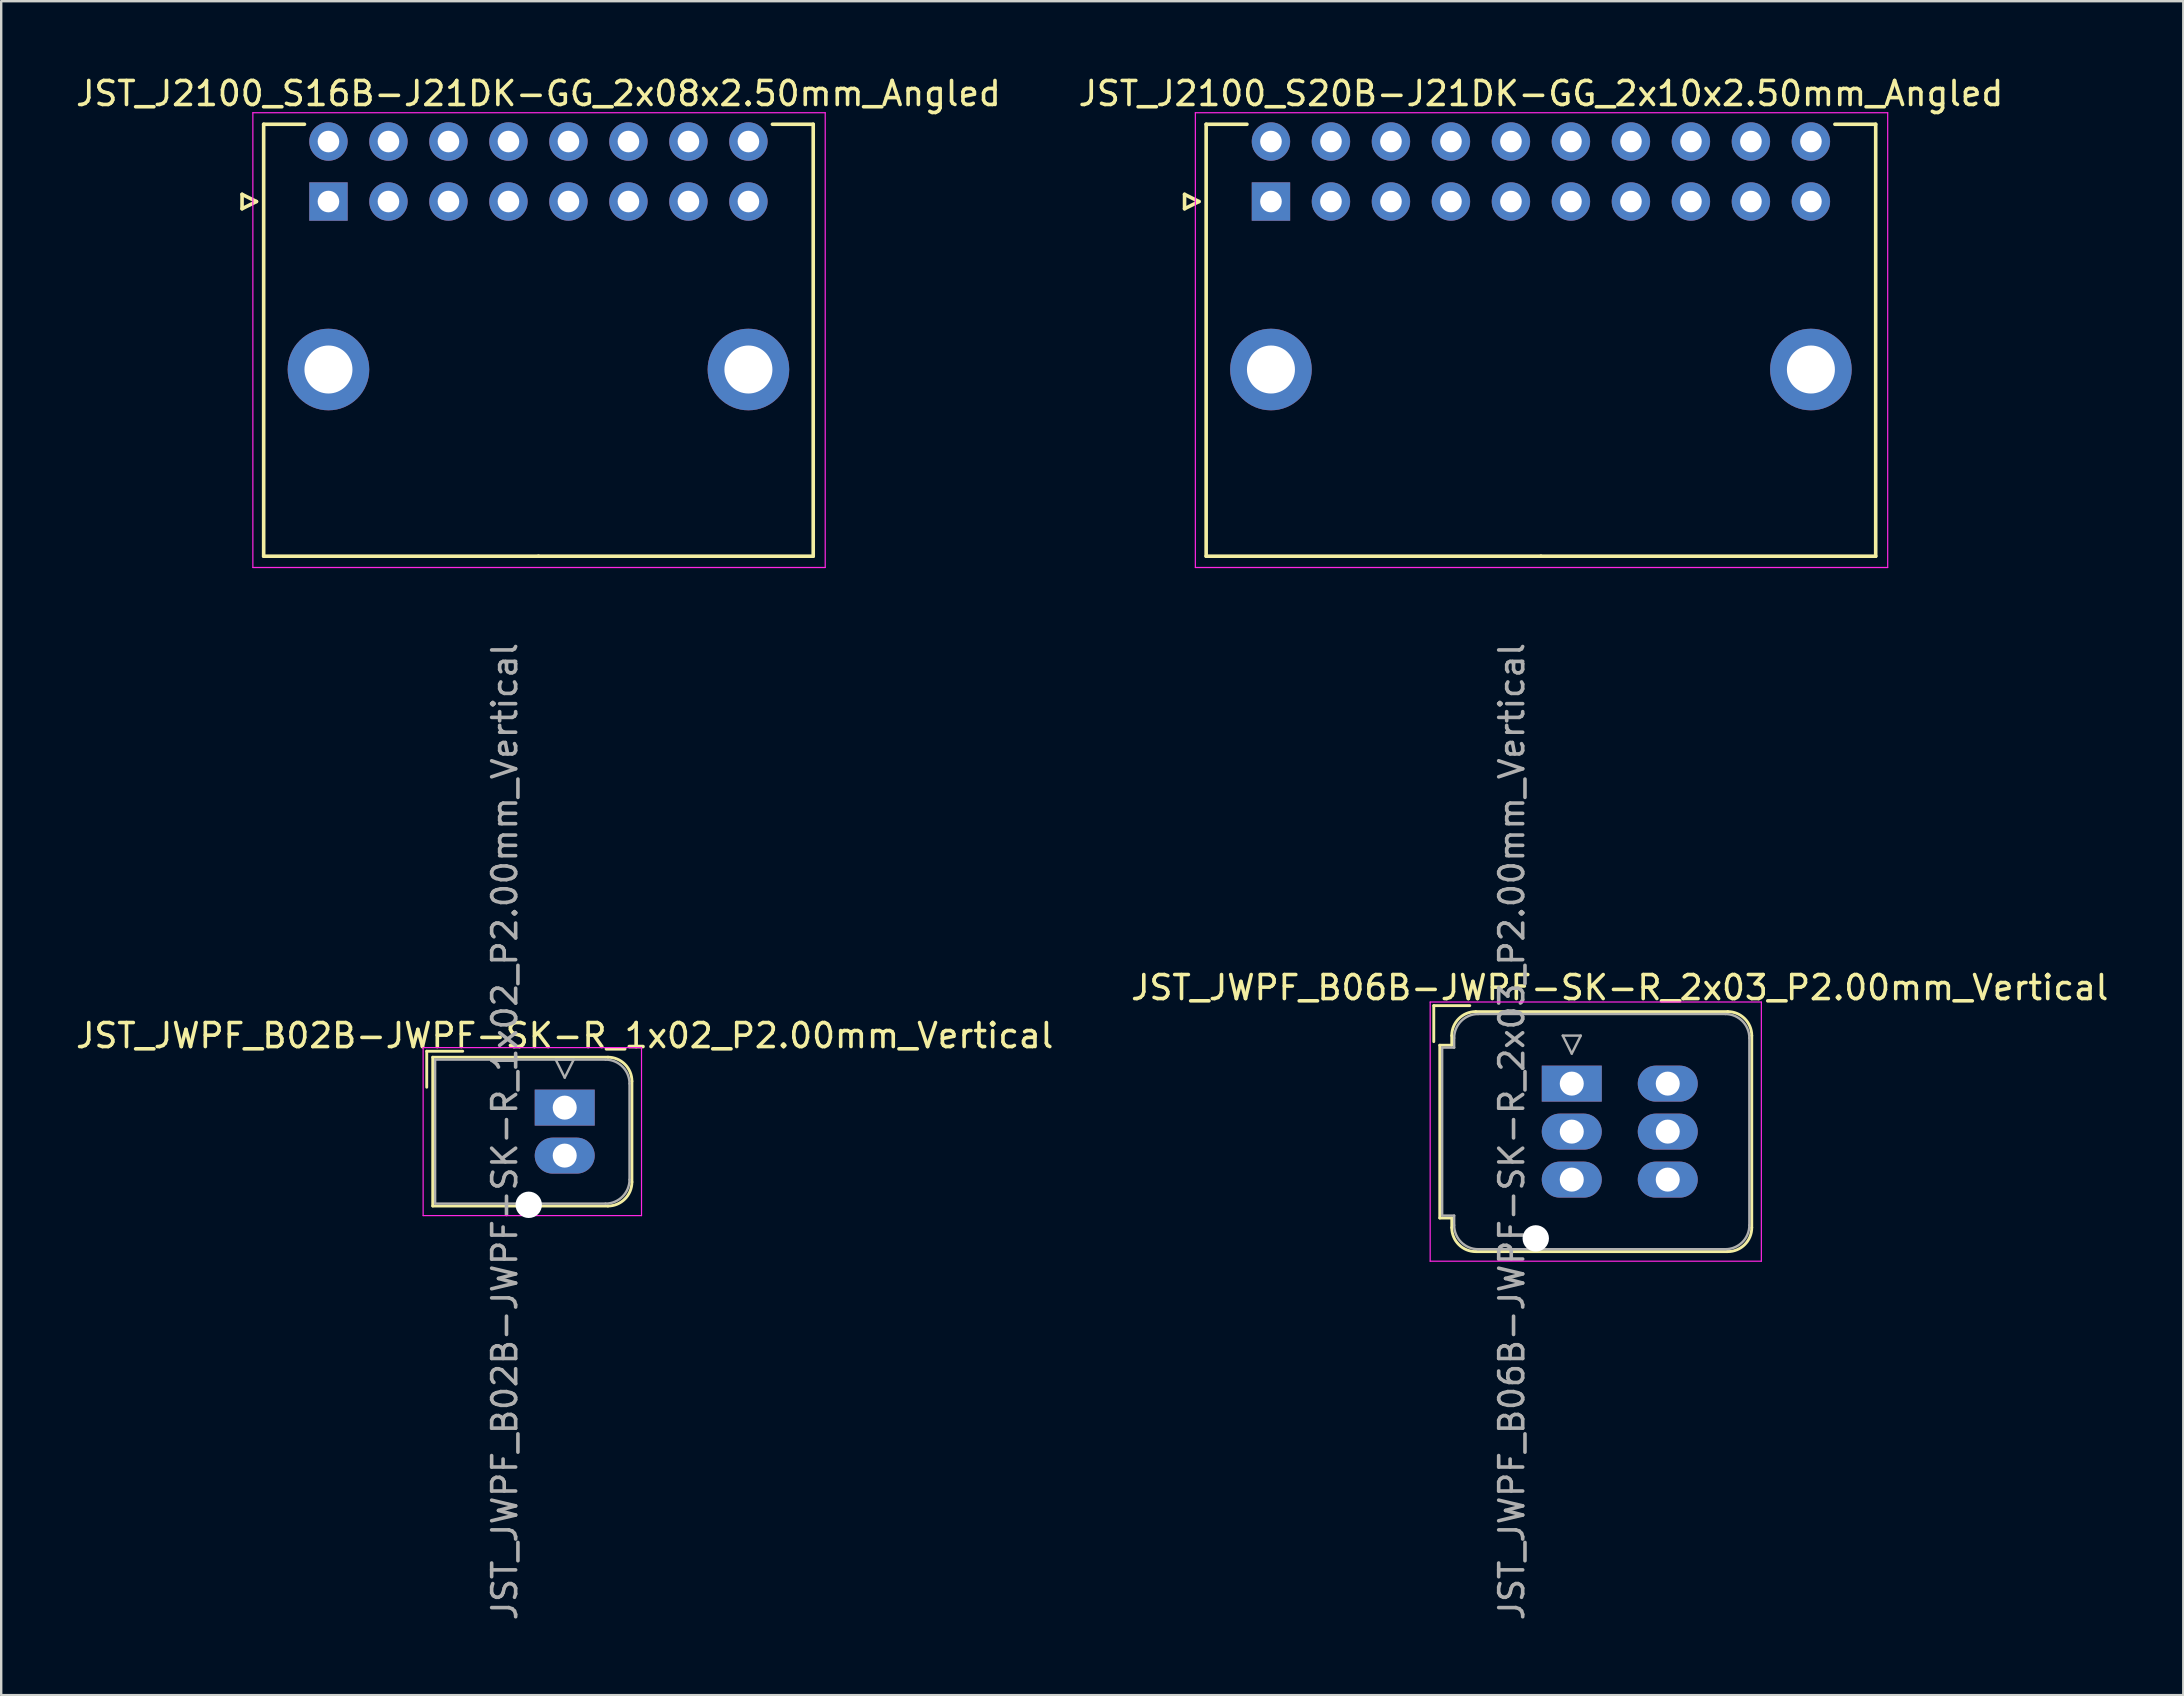
<source format=kicad_pcb>
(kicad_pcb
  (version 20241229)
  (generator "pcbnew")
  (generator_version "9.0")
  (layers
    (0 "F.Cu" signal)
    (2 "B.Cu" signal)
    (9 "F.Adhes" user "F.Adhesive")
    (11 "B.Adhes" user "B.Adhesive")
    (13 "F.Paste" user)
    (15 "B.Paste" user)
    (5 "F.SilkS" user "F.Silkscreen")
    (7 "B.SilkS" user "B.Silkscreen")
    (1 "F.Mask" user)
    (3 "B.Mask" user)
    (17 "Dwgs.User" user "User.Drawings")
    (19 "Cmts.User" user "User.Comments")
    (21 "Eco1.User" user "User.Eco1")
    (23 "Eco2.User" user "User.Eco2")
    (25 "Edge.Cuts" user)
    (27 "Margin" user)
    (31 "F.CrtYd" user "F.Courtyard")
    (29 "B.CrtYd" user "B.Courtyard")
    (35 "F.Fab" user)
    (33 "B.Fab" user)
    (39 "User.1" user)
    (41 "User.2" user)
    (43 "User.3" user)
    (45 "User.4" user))
  (footprint "JST_J2100_S20B-J21DK-GG_2x10x2.50mm_Angled"
    (layer "F.Cu")
    (at 49.911 5.348)
    (property "Reference" "JST_J2100_S20B-J21DK-GG_2x10x2.50mm_Angled" (at 11.25 -4.5 0) (layer "F.SilkS") (effects (font (size 1 1) (thickness 0.15))))
    (attr through_hole)
    (fp_line (start -3.6 -0.3) (end -3 0) (stroke (width 0.15) (type solid)) (layer "F.SilkS"))
    (fp_line (start -3.6 0.3) (end -3.6 -0.3) (stroke (width 0.15) (type solid)) (layer "F.SilkS"))
    (fp_line (start -3 0) (end -3.6 0.3) (stroke (width 0.15) (type solid)) (layer "F.SilkS"))
    (fp_line (start -2.7 -3.22) (end -2.7 14.78) (stroke (width 0.15) (type solid)) (layer "F.SilkS"))
    (fp_line (start -2.7 14.78) (end 11.25 14.78) (stroke (width 0.15) (type solid)) (layer "F.SilkS"))
    (fp_line (start -1 -3.22) (end -2.7 -3.22) (stroke (width 0.15) (type solid)) (layer "F.SilkS"))
    (fp_line (start 23.5 -3.22) (end 25.2 -3.22) (stroke (width 0.15) (type solid)) (layer "F.SilkS"))
    (fp_line (start 25.2 -3.22) (end 25.2 14.78) (stroke (width 0.15) (type solid)) (layer "F.SilkS"))
    (fp_line (start 25.2 14.78) (end 11.25 14.78) (stroke (width 0.15) (type solid)) (layer "F.SilkS"))
    (fp_line (start -3.15 -3.7) (end -3.15 15.25) (stroke (width 0.05) (type solid)) (layer "F.CrtYd"))
    (fp_line (start -3.15 15.25) (end 25.7 15.25) (stroke (width 0.05) (type solid)) (layer "F.CrtYd"))
    (fp_line (start 25.7 -3.7) (end -3.15 -3.7) (stroke (width 0.05) (type solid)) (layer "F.CrtYd"))
    (fp_line (start 25.7 15.25) (end 25.7 -3.7) (stroke (width 0.05) (type solid)) (layer "F.CrtYd"))
    (pad "" thru_hole circle (at 0 7) (size 3.4 3.4) (drill 2) (layers "*.Cu"))
    (pad "" thru_hole circle (at 22.5 7) (size 3.4 3.4) (drill 2) (layers "*.Cu"))
    (pad "1" thru_hole rect (at 0 0) (size 1.6 1.6) (drill 0.9) (layers "*.Cu" "*.Mask"))
    (pad "2" thru_hole circle (at 0 -2.5) (size 1.6 1.6) (drill 0.9) (layers "*.Cu" "*.Mask"))
    (pad "3" thru_hole circle (at 2.5 0) (size 1.6 1.6) (drill 0.9) (layers "*.Cu" "*.Mask"))
    (pad "4" thru_hole circle (at 2.5 -2.5) (size 1.6 1.6) (drill 0.9) (layers "*.Cu" "*.Mask"))
    (pad "5" thru_hole circle (at 5 0) (size 1.6 1.6) (drill 0.9) (layers "*.Cu" "*.Mask"))
    (pad "6" thru_hole circle (at 5 -2.5) (size 1.6 1.6) (drill 0.9) (layers "*.Cu" "*.Mask"))
    (pad "7" thru_hole circle (at 7.5 0) (size 1.6 1.6) (drill 0.9) (layers "*.Cu" "*.Mask"))
    (pad "8" thru_hole circle (at 7.5 -2.5) (size 1.6 1.6) (drill 0.9) (layers "*.Cu" "*.Mask"))
    (pad "9" thru_hole circle (at 10 0) (size 1.6 1.6) (drill 0.9) (layers "*.Cu" "*.Mask"))
    (pad "10" thru_hole circle (at 10 -2.5) (size 1.6 1.6) (drill 0.9) (layers "*.Cu" "*.Mask"))
    (pad "11" thru_hole circle (at 12.5 0) (size 1.6 1.6) (drill 0.9) (layers "*.Cu" "*.Mask"))
    (pad "12" thru_hole circle (at 12.5 -2.5) (size 1.6 1.6) (drill 0.9) (layers "*.Cu" "*.Mask"))
    (pad "13" thru_hole circle (at 15 0) (size 1.6 1.6) (drill 0.9) (layers "*.Cu" "*.Mask"))
    (pad "14" thru_hole circle (at 15 -2.5) (size 1.6 1.6) (drill 0.9) (layers "*.Cu" "*.Mask"))
    (pad "15" thru_hole circle (at 17.5 0) (size 1.6 1.6) (drill 0.9) (layers "*.Cu" "*.Mask"))
    (pad "16" thru_hole circle (at 17.5 -2.5) (size 1.6 1.6) (drill 0.9) (layers "*.Cu" "*.Mask"))
    (pad "17" thru_hole circle (at 20 0) (size 1.6 1.6) (drill 0.9) (layers "*.Cu" "*.Mask"))
    (pad "18" thru_hole circle (at 20 -2.5) (size 1.6 1.6) (drill 0.9) (layers "*.Cu" "*.Mask"))
    (pad "19" thru_hole circle (at 22.5 0) (size 1.6 1.6) (drill 0.9) (layers "*.Cu" "*.Mask"))
    (pad "20" thru_hole circle (at 22.5 -2.5) (size 1.6 1.6) (drill 0.9) (layers "*.Cu" "*.Mask")))
  (footprint "JST_J2100_S16B-J21DK-GG_2x08x2.50mm_Angled"
    (layer "F.Cu")
    (at 10.637 5.348)
    (property "Reference" "JST_J2100_S16B-J21DK-GG_2x08x2.50mm_Angled" (at 8.75 -4.5 0) (layer "F.SilkS") (effects (font (size 1 1) (thickness 0.15))))
    (attr through_hole)
    (fp_line (start -3.6 -0.3) (end -3 0) (stroke (width 0.15) (type solid)) (layer "F.SilkS"))
    (fp_line (start -3.6 0.3) (end -3.6 -0.3) (stroke (width 0.15) (type solid)) (layer "F.SilkS"))
    (fp_line (start -3 0) (end -3.6 0.3) (stroke (width 0.15) (type solid)) (layer "F.SilkS"))
    (fp_line (start -2.7 -3.22) (end -2.7 14.78) (stroke (width 0.15) (type solid)) (layer "F.SilkS"))
    (fp_line (start -2.7 14.78) (end 8.75 14.78) (stroke (width 0.15) (type solid)) (layer "F.SilkS"))
    (fp_line (start -1 -3.22) (end -2.7 -3.22) (stroke (width 0.15) (type solid)) (layer "F.SilkS"))
    (fp_line (start 18.5 -3.22) (end 20.2 -3.22) (stroke (width 0.15) (type solid)) (layer "F.SilkS"))
    (fp_line (start 20.2 -3.22) (end 20.2 14.78) (stroke (width 0.15) (type solid)) (layer "F.SilkS"))
    (fp_line (start 20.2 14.78) (end 8.75 14.78) (stroke (width 0.15) (type solid)) (layer "F.SilkS"))
    (fp_line (start -3.15 -3.7) (end -3.15 15.25) (stroke (width 0.05) (type solid)) (layer "F.CrtYd"))
    (fp_line (start -3.15 15.25) (end 20.7 15.25) (stroke (width 0.05) (type solid)) (layer "F.CrtYd"))
    (fp_line (start 20.7 -3.7) (end -3.15 -3.7) (stroke (width 0.05) (type solid)) (layer "F.CrtYd"))
    (fp_line (start 20.7 15.25) (end 20.7 -3.7) (stroke (width 0.05) (type solid)) (layer "F.CrtYd"))
    (pad "" thru_hole circle (at 0 7) (size 3.4 3.4) (drill 2) (layers "*.Cu"))
    (pad "" thru_hole circle (at 17.5 7) (size 3.4 3.4) (drill 2) (layers "*.Cu"))
    (pad "1" thru_hole rect (at 0 0) (size 1.6 1.6) (drill 0.9) (layers "*.Cu" "*.Mask"))
    (pad "2" thru_hole circle (at 0 -2.5) (size 1.6 1.6) (drill 0.9) (layers "*.Cu" "*.Mask"))
    (pad "3" thru_hole circle (at 2.5 0) (size 1.6 1.6) (drill 0.9) (layers "*.Cu" "*.Mask"))
    (pad "4" thru_hole circle (at 2.5 -2.5) (size 1.6 1.6) (drill 0.9) (layers "*.Cu" "*.Mask"))
    (pad "5" thru_hole circle (at 5 0) (size 1.6 1.6) (drill 0.9) (layers "*.Cu" "*.Mask"))
    (pad "6" thru_hole circle (at 5 -2.5) (size 1.6 1.6) (drill 0.9) (layers "*.Cu" "*.Mask"))
    (pad "7" thru_hole circle (at 7.5 0) (size 1.6 1.6) (drill 0.9) (layers "*.Cu" "*.Mask"))
    (pad "8" thru_hole circle (at 7.5 -2.5) (size 1.6 1.6) (drill 0.9) (layers "*.Cu" "*.Mask"))
    (pad "9" thru_hole circle (at 10 0) (size 1.6 1.6) (drill 0.9) (layers "*.Cu" "*.Mask"))
    (pad "10" thru_hole circle (at 10 -2.5) (size 1.6 1.6) (drill 0.9) (layers "*.Cu" "*.Mask"))
    (pad "11" thru_hole circle (at 12.5 0) (size 1.6 1.6) (drill 0.9) (layers "*.Cu" "*.Mask"))
    (pad "12" thru_hole circle (at 12.5 -2.5) (size 1.6 1.6) (drill 0.9) (layers "*.Cu" "*.Mask"))
    (pad "13" thru_hole circle (at 15 0) (size 1.6 1.6) (drill 0.9) (layers "*.Cu" "*.Mask"))
    (pad "14" thru_hole circle (at 15 -2.5) (size 1.6 1.6) (drill 0.9) (layers "*.Cu" "*.Mask"))
    (pad "15" thru_hole circle (at 17.5 0) (size 1.6 1.6) (drill 0.9) (layers "*.Cu" "*.Mask"))
    (pad "16" thru_hole circle (at 17.5 -2.5) (size 1.6 1.6) (drill 0.9) (layers "*.Cu" "*.Mask")))
  (footprint "JST_JWPF_B06B-JWPF-SK-R_2x03_P2.00mm_Vertical"
    (layer "F.Cu")
    (at 62.446 42.105)
    (property "Reference" "JST_JWPF_B06B-JWPF-SK-R_2x03_P2.00mm_Vertical" (at 2 -4 0) (layer "F.SilkS") (effects (font (size 1 1) (thickness 0.15))))
    (attr through_hole)
    (fp_line (start -5.75 -3.25) (end -4.25 -3.25) (stroke (width 0.12) (type solid)) (layer "F.SilkS"))
    (fp_line (start -5.75 -1.75) (end -5.75 -3.25) (stroke (width 0.12) (type solid)) (layer "F.SilkS"))
    (fp_line (start -5.5 -1.6) (end -5.5 5.6) (stroke (width 0.12) (type solid)) (layer "F.SilkS"))
    (fp_line (start -5.5 5.6) (end -5 5.6) (stroke (width 0.12) (type solid)) (layer "F.SilkS"))
    (fp_line (start -5 -2) (end -5 -1.6) (stroke (width 0.12) (type solid)) (layer "F.SilkS"))
    (fp_line (start -5 -1.6) (end -5.5 -1.6) (stroke (width 0.12) (type solid)) (layer "F.SilkS"))
    (fp_line (start -5 5.6) (end -5 6) (stroke (width 0.12) (type solid)) (layer "F.SilkS"))
    (fp_line (start -4 -3) (end 6.5 -3) (stroke (width 0.12) (type solid)) (layer "F.SilkS"))
    (fp_line (start -4 7) (end 6.5 7) (stroke (width 0.12) (type solid)) (layer "F.SilkS"))
    (fp_line (start 7.5 -2) (end 7.5 6) (stroke (width 0.12) (type solid)) (layer "F.SilkS"))
    (fp_arc (start -5 -2) (mid -4.707107 -2.707107) (end -4 -3) (stroke (width 0.12) (type solid)) (layer "F.SilkS"))
    (fp_arc (start -4 7) (mid -4.707107 6.707107) (end -5 6) (stroke (width 0.12) (type solid)) (layer "F.SilkS"))
    (fp_arc (start 6.5 -3) (mid 7.207107 -2.707107) (end 7.5 -2) (stroke (width 0.12) (type solid)) (layer "F.SilkS"))
    (fp_arc (start 7.5 6) (mid 7.207107 6.707107) (end 6.5 7) (stroke (width 0.12) (type solid)) (layer "F.SilkS"))
    (fp_line (start -5.9 -3.4) (end -5.9 7.4) (stroke (width 0.05) (type solid)) (layer "F.CrtYd"))
    (fp_line (start -5.9 7.4) (end 7.9 7.4) (stroke (width 0.05) (type solid)) (layer "F.CrtYd"))
    (fp_line (start 7.9 -3.4) (end -5.9 -3.4) (stroke (width 0.05) (type solid)) (layer "F.CrtYd"))
    (fp_line (start 7.9 7.4) (end 7.9 -3.4) (stroke (width 0.05) (type solid)) (layer "F.CrtYd"))
    (fp_line (start -5.4 -1.5) (end -5.4 5.5) (stroke (width 0.1) (type solid)) (layer "F.Fab"))
    (fp_line (start -5.4 5.5) (end -4.9 5.5) (stroke (width 0.1) (type solid)) (layer "F.Fab"))
    (fp_line (start -4.9 -1.9) (end -4.9 -1.5) (stroke (width 0.1) (type solid)) (layer "F.Fab"))
    (fp_line (start -4.9 -1.5) (end -5.4 -1.5) (stroke (width 0.1) (type solid)) (layer "F.Fab"))
    (fp_line (start -4.9 5.5) (end -4.9 5.9) (stroke (width 0.1) (type solid)) (layer "F.Fab"))
    (fp_line (start -3.9 -2.9) (end 6.4 -2.9) (stroke (width 0.1) (type solid)) (layer "F.Fab"))
    (fp_line (start -3.9 6.9) (end 6.4 6.9) (stroke (width 0.1) (type solid)) (layer "F.Fab"))
    (fp_line (start -0.375 -2) (end 0.375 -2) (stroke (width 0.1) (type solid)) (layer "F.Fab"))
    (fp_line (start 0 -1.25) (end -0.375 -2) (stroke (width 0.1) (type solid)) (layer "F.Fab"))
    (fp_line (start 0.375 -2) (end 0 -1.25) (stroke (width 0.1) (type solid)) (layer "F.Fab"))
    (fp_line (start 7.4 -1.9) (end 7.4 5.9) (stroke (width 0.1) (type solid)) (layer "F.Fab"))
    (fp_arc (start -4.9 -1.9) (mid -4.607107 -2.607107) (end -3.9 -2.9) (stroke (width 0.1) (type solid)) (layer "F.Fab"))
    (fp_arc (start -3.9 6.9) (mid -4.607107 6.607107) (end -4.9 5.9) (stroke (width 0.1) (type solid)) (layer "F.Fab"))
    (fp_arc (start 6.4 -2.9) (mid 7.107107 -2.607107) (end 7.4 -1.9) (stroke (width 0.1) (type solid)) (layer "F.Fab"))
    (fp_arc (start 7.4 5.9) (mid 7.107107 6.607107) (end 6.4 6.9) (stroke (width 0.1) (type solid)) (layer "F.Fab"))
    (fp_text user "${REFERENCE}" (at -2.5 2 90) (layer "F.Fab") (effects (font (size 1 1) (thickness 0.15))))
    (pad "" np_thru_hole circle (at -1.5 6.45) (size 1.1 1.1) (drill 1.1) (layers "*.Cu" "*.Mask"))
    (pad "1" thru_hole rect (at 0 0) (size 2.5 1.5) (drill 1) (layers "*.Cu" "*.Mask"))
    (pad "2" thru_hole oval (at 0 2) (size 2.5 1.5) (drill 1) (layers "*.Cu" "*.Mask"))
    (pad "3" thru_hole oval (at 0 4) (size 2.5 1.5) (drill 1) (layers "*.Cu" "*.Mask"))
    (pad "4" thru_hole oval (at 4 0) (size 2.5 1.5) (drill 1) (layers "*.Cu" "*.Mask"))
    (pad "5" thru_hole oval (at 4 2) (size 2.5 1.5) (drill 1) (layers "*.Cu" "*.Mask"))
    (pad "6" thru_hole oval (at 4 4) (size 2.5 1.5) (drill 1) (layers "*.Cu" "*.Mask")))
  (footprint "JST_JWPF_B02B-JWPF-SK-R_1x02_P2.00mm_Vertical"
    (layer "F.Cu")
    (at 20.482 43.105)
    (property "Reference" "JST_JWPF_B02B-JWPF-SK-R_1x02_P2.00mm_Vertical" (at 0 -3 0) (layer "F.SilkS") (effects (font (size 1 1) (thickness 0.15))))
    (attr through_hole)
    (fp_line (start -5.75 -2.35) (end -4.25 -2.35) (stroke (width 0.12) (type solid)) (layer "F.SilkS"))
    (fp_line (start -5.75 -0.85) (end -5.75 -2.35) (stroke (width 0.12) (type solid)) (layer "F.SilkS"))
    (fp_line (start -5.5 -2.1) (end -5.5 4.1) (stroke (width 0.12) (type solid)) (layer "F.SilkS"))
    (fp_line (start -5.5 4.1) (end 1.8 4.1) (stroke (width 0.12) (type solid)) (layer "F.SilkS"))
    (fp_line (start 1.8 -2.1) (end -5.5 -2.1) (stroke (width 0.12) (type solid)) (layer "F.SilkS"))
    (fp_line (start 2.8 -1.1) (end 2.8 3.1) (stroke (width 0.12) (type solid)) (layer "F.SilkS"))
    (fp_arc (start 1.8 -2.1) (mid 2.507107 -1.807107) (end 2.8 -1.1) (stroke (width 0.12) (type solid)) (layer "F.SilkS"))
    (fp_arc (start 2.8 3.1) (mid 2.507107 3.807107) (end 1.8 4.1) (stroke (width 0.12) (type solid)) (layer "F.SilkS"))
    (fp_line (start -5.9 -2.5) (end -5.9 4.5) (stroke (width 0.05) (type solid)) (layer "F.CrtYd"))
    (fp_line (start -5.9 4.5) (end 3.2 4.5) (stroke (width 0.05) (type solid)) (layer "F.CrtYd"))
    (fp_line (start 3.2 -2.5) (end -5.9 -2.5) (stroke (width 0.05) (type solid)) (layer "F.CrtYd"))
    (fp_line (start 3.2 4.5) (end 3.2 -2.5) (stroke (width 0.05) (type solid)) (layer "F.CrtYd"))
    (fp_line (start -5.4 -2) (end -5.4 4) (stroke (width 0.1) (type solid)) (layer "F.Fab"))
    (fp_line (start -5.4 4) (end 1.7 4) (stroke (width 0.1) (type solid)) (layer "F.Fab"))
    (fp_line (start -0.375 -2) (end 0.375 -2) (stroke (width 0.1) (type solid)) (layer "F.Fab"))
    (fp_line (start 0 -1.25) (end -0.375 -2) (stroke (width 0.1) (type solid)) (layer "F.Fab"))
    (fp_line (start 0.375 -2) (end 0 -1.25) (stroke (width 0.1) (type solid)) (layer "F.Fab"))
    (fp_line (start 1.7 -2) (end -5.4 -2) (stroke (width 0.1) (type solid)) (layer "F.Fab"))
    (fp_line (start 2.7 -1) (end 2.7 3) (stroke (width 0.1) (type solid)) (layer "F.Fab"))
    (fp_arc (start 1.7 -2) (mid 2.407107 -1.707107) (end 2.7 -1) (stroke (width 0.1) (type solid)) (layer "F.Fab"))
    (fp_arc (start 2.7 3) (mid 2.407107 3.707107) (end 1.7 4) (stroke (width 0.1) (type solid)) (layer "F.Fab"))
    (fp_text user "${REFERENCE}" (at -2.5 1 90) (layer "F.Fab") (effects (font (size 1 1) (thickness 0.15))))
    (pad "" np_thru_hole circle (at -1.5 4.05) (size 1.1 1.1) (drill 1.1) (layers "*.Cu" "*.Mask"))
    (pad "1" thru_hole rect (at 0 0) (size 2.5 1.5) (drill 1) (layers "*.Cu" "*.Mask"))
    (pad "2" thru_hole oval (at 0 2) (size 2.5 1.5) (drill 1) (layers "*.Cu" "*.Mask")))
  (gr_rect
    (start -3 -3)
    (end 87.929 67.588)
    (stroke (width 0.1) (type default))
    (fill no)
    (layer "Edge.Cuts")))
</source>
